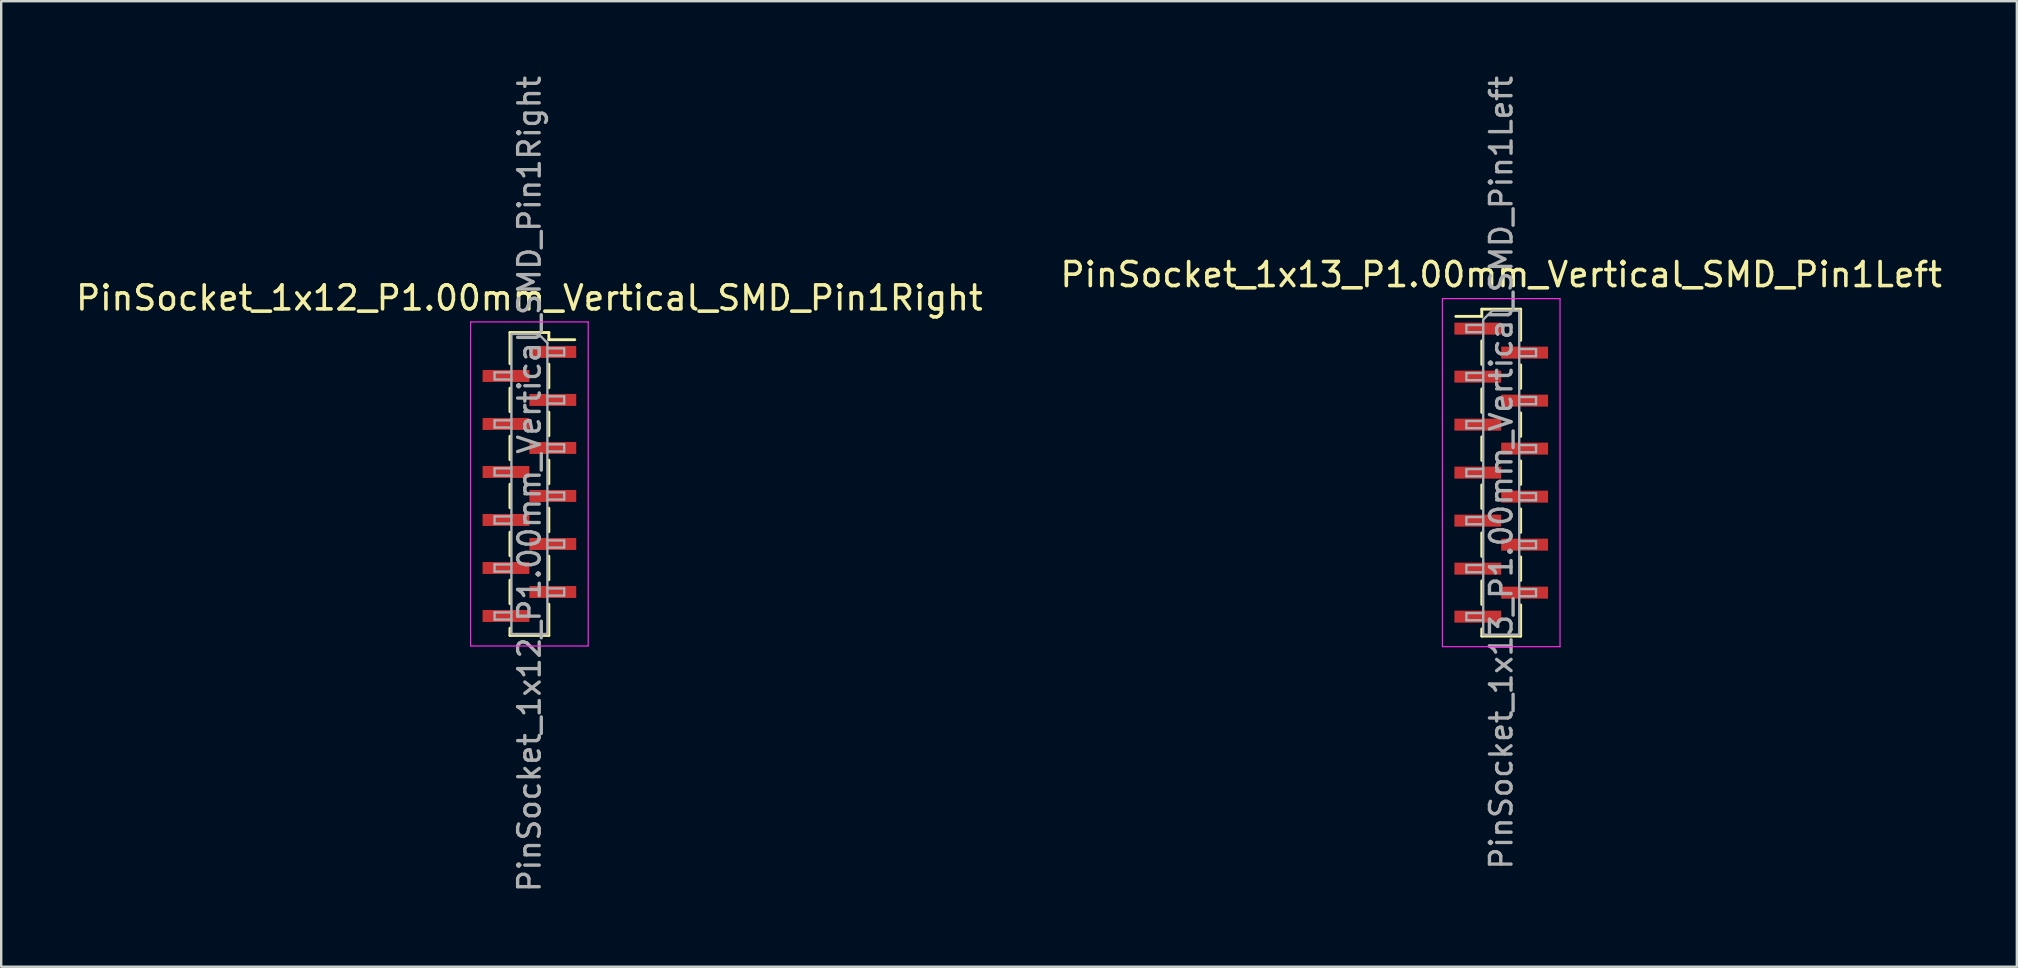
<source format=kicad_pcb>
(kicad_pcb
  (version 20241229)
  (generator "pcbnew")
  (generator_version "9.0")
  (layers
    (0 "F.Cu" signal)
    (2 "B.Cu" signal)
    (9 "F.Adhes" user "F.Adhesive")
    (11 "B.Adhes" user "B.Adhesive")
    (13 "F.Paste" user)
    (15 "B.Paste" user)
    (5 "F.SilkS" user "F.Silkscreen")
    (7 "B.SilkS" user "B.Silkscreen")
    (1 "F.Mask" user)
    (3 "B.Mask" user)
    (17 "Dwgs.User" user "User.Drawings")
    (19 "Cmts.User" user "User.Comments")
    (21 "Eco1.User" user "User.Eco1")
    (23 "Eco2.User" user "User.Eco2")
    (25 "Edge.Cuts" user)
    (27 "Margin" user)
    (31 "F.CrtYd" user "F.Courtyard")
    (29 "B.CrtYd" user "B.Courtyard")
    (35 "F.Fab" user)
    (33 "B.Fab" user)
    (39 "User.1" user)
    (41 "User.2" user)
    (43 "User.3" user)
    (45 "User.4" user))
  (footprint "PinSocket_1x13_P1.00mm_Vertical_SMD_Pin1Left"
    (layer "F.Cu")
    (at 59.494 16.641)
    (property "Reference" "PinSocket_1x13_P1.00mm_Vertical_SMD_Pin1Left" (at 0 -8.25 0) (layer "F.SilkS") (effects (font (size 1 1) (thickness 0.15))))
    (attr smd)
    (fp_line (start -1.89 -6.51) (end -0.81 -6.51) (stroke (width 0.12) (type solid)) (layer "F.SilkS"))
    (fp_line (start -0.81 -6.81) (end -0.81 -6.51) (stroke (width 0.12) (type solid)) (layer "F.SilkS"))
    (fp_line (start -0.81 -6.81) (end 0.81 -6.81) (stroke (width 0.12) (type solid)) (layer "F.SilkS"))
    (fp_line (start -0.81 -5.49) (end -0.81 -4.51) (stroke (width 0.12) (type solid)) (layer "F.SilkS"))
    (fp_line (start -0.81 -3.49) (end -0.81 -2.51) (stroke (width 0.12) (type solid)) (layer "F.SilkS"))
    (fp_line (start -0.81 -1.49) (end -0.81 -0.51) (stroke (width 0.12) (type solid)) (layer "F.SilkS"))
    (fp_line (start -0.81 0.51) (end -0.81 1.49) (stroke (width 0.12) (type solid)) (layer "F.SilkS"))
    (fp_line (start -0.81 2.51) (end -0.81 3.49) (stroke (width 0.12) (type solid)) (layer "F.SilkS"))
    (fp_line (start -0.81 4.51) (end -0.81 5.49) (stroke (width 0.12) (type solid)) (layer "F.SilkS"))
    (fp_line (start -0.81 6.51) (end -0.81 6.81) (stroke (width 0.12) (type solid)) (layer "F.SilkS"))
    (fp_line (start -0.81 6.81) (end 0.81 6.81) (stroke (width 0.12) (type solid)) (layer "F.SilkS"))
    (fp_line (start 0.81 -6.81) (end 0.81 -5.51) (stroke (width 0.12) (type solid)) (layer "F.SilkS"))
    (fp_line (start 0.81 -4.49) (end 0.81 -3.51) (stroke (width 0.12) (type solid)) (layer "F.SilkS"))
    (fp_line (start 0.81 -2.49) (end 0.81 -1.51) (stroke (width 0.12) (type solid)) (layer "F.SilkS"))
    (fp_line (start 0.81 -0.49) (end 0.81 0.49) (stroke (width 0.12) (type solid)) (layer "F.SilkS"))
    (fp_line (start 0.81 1.51) (end 0.81 2.49) (stroke (width 0.12) (type solid)) (layer "F.SilkS"))
    (fp_line (start 0.81 3.51) (end 0.81 4.49) (stroke (width 0.12) (type solid)) (layer "F.SilkS"))
    (fp_line (start 0.81 5.51) (end 0.81 6.81) (stroke (width 0.12) (type solid)) (layer "F.SilkS"))
    (fp_line (start -2.45 -7.25) (end 2.45 -7.25) (stroke (width 0.05) (type solid)) (layer "F.CrtYd"))
    (fp_line (start -2.45 7.25) (end -2.45 -7.25) (stroke (width 0.05) (type solid)) (layer "F.CrtYd"))
    (fp_line (start 2.45 -7.25) (end 2.45 7.25) (stroke (width 0.05) (type solid)) (layer "F.CrtYd"))
    (fp_line (start 2.45 7.25) (end -2.45 7.25) (stroke (width 0.05) (type solid)) (layer "F.CrtYd"))
    (fp_line (start -1.45 -6.15) (end -0.75 -6.15) (stroke (width 0.1) (type solid)) (layer "F.Fab"))
    (fp_line (start -1.45 -5.85) (end -1.45 -6.15) (stroke (width 0.1) (type solid)) (layer "F.Fab"))
    (fp_line (start -1.45 -4.15) (end -0.75 -4.15) (stroke (width 0.1) (type solid)) (layer "F.Fab"))
    (fp_line (start -1.45 -3.85) (end -1.45 -4.15) (stroke (width 0.1) (type solid)) (layer "F.Fab"))
    (fp_line (start -1.45 -2.15) (end -0.75 -2.15) (stroke (width 0.1) (type solid)) (layer "F.Fab"))
    (fp_line (start -1.45 -1.85) (end -1.45 -2.15) (stroke (width 0.1) (type solid)) (layer "F.Fab"))
    (fp_line (start -1.45 -0.15) (end -0.75 -0.15) (stroke (width 0.1) (type solid)) (layer "F.Fab"))
    (fp_line (start -1.45 0.15) (end -1.45 -0.15) (stroke (width 0.1) (type solid)) (layer "F.Fab"))
    (fp_line (start -1.45 1.85) (end -0.75 1.85) (stroke (width 0.1) (type solid)) (layer "F.Fab"))
    (fp_line (start -1.45 2.15) (end -1.45 1.85) (stroke (width 0.1) (type solid)) (layer "F.Fab"))
    (fp_line (start -1.45 3.85) (end -0.75 3.85) (stroke (width 0.1) (type solid)) (layer "F.Fab"))
    (fp_line (start -1.45 4.15) (end -1.45 3.85) (stroke (width 0.1) (type solid)) (layer "F.Fab"))
    (fp_line (start -1.45 5.85) (end -0.75 5.85) (stroke (width 0.1) (type solid)) (layer "F.Fab"))
    (fp_line (start -1.45 6.15) (end -1.45 5.85) (stroke (width 0.1) (type solid)) (layer "F.Fab"))
    (fp_line (start -0.75 -6.375) (end -0.375 -6.75) (stroke (width 0.1) (type solid)) (layer "F.Fab"))
    (fp_line (start -0.75 -5.85) (end -1.45 -5.85) (stroke (width 0.1) (type solid)) (layer "F.Fab"))
    (fp_line (start -0.75 -3.85) (end -1.45 -3.85) (stroke (width 0.1) (type solid)) (layer "F.Fab"))
    (fp_line (start -0.75 -1.85) (end -1.45 -1.85) (stroke (width 0.1) (type solid)) (layer "F.Fab"))
    (fp_line (start -0.75 0.15) (end -1.45 0.15) (stroke (width 0.1) (type solid)) (layer "F.Fab"))
    (fp_line (start -0.75 2.15) (end -1.45 2.15) (stroke (width 0.1) (type solid)) (layer "F.Fab"))
    (fp_line (start -0.75 4.15) (end -1.45 4.15) (stroke (width 0.1) (type solid)) (layer "F.Fab"))
    (fp_line (start -0.75 6.15) (end -1.45 6.15) (stroke (width 0.1) (type solid)) (layer "F.Fab"))
    (fp_line (start -0.75 6.75) (end -0.75 -6.375) (stroke (width 0.1) (type solid)) (layer "F.Fab"))
    (fp_line (start -0.375 -6.75) (end 0.75 -6.75) (stroke (width 0.1) (type solid)) (layer "F.Fab"))
    (fp_line (start 0.75 -6.75) (end 0.75 6.75) (stroke (width 0.1) (type solid)) (layer "F.Fab"))
    (fp_line (start 0.75 -5.15) (end 1.45 -5.15) (stroke (width 0.1) (type solid)) (layer "F.Fab"))
    (fp_line (start 0.75 -3.15) (end 1.45 -3.15) (stroke (width 0.1) (type solid)) (layer "F.Fab"))
    (fp_line (start 0.75 -1.15) (end 1.45 -1.15) (stroke (width 0.1) (type solid)) (layer "F.Fab"))
    (fp_line (start 0.75 0.85) (end 1.45 0.85) (stroke (width 0.1) (type solid)) (layer "F.Fab"))
    (fp_line (start 0.75 2.85) (end 1.45 2.85) (stroke (width 0.1) (type solid)) (layer "F.Fab"))
    (fp_line (start 0.75 4.85) (end 1.45 4.85) (stroke (width 0.1) (type solid)) (layer "F.Fab"))
    (fp_line (start 0.75 6.75) (end -0.75 6.75) (stroke (width 0.1) (type solid)) (layer "F.Fab"))
    (fp_line (start 1.45 -5.15) (end 1.45 -4.85) (stroke (width 0.1) (type solid)) (layer "F.Fab"))
    (fp_line (start 1.45 -4.85) (end 0.75 -4.85) (stroke (width 0.1) (type solid)) (layer "F.Fab"))
    (fp_line (start 1.45 -3.15) (end 1.45 -2.85) (stroke (width 0.1) (type solid)) (layer "F.Fab"))
    (fp_line (start 1.45 -2.85) (end 0.75 -2.85) (stroke (width 0.1) (type solid)) (layer "F.Fab"))
    (fp_line (start 1.45 -1.15) (end 1.45 -0.85) (stroke (width 0.1) (type solid)) (layer "F.Fab"))
    (fp_line (start 1.45 -0.85) (end 0.75 -0.85) (stroke (width 0.1) (type solid)) (layer "F.Fab"))
    (fp_line (start 1.45 0.85) (end 1.45 1.15) (stroke (width 0.1) (type solid)) (layer "F.Fab"))
    (fp_line (start 1.45 1.15) (end 0.75 1.15) (stroke (width 0.1) (type solid)) (layer "F.Fab"))
    (fp_line (start 1.45 2.85) (end 1.45 3.15) (stroke (width 0.1) (type solid)) (layer "F.Fab"))
    (fp_line (start 1.45 3.15) (end 0.75 3.15) (stroke (width 0.1) (type solid)) (layer "F.Fab"))
    (fp_line (start 1.45 4.85) (end 1.45 5.15) (stroke (width 0.1) (type solid)) (layer "F.Fab"))
    (fp_line (start 1.45 5.15) (end 0.75 5.15) (stroke (width 0.1) (type solid)) (layer "F.Fab"))
    (fp_text user "${REFERENCE}" (at 0 0 90) (layer "F.Fab") (effects (font (size 0.9 0.9) (thickness 0.14))))
    (pad "1" smd rect (at -0.975 -6) (size 1.95 0.5) (layers "F.Cu" "F.Mask" "F.Paste"))
    (pad "2" smd rect (at 0.975 -5) (size 1.95 0.5) (layers "F.Cu" "F.Mask" "F.Paste"))
    (pad "3" smd rect (at -0.975 -4) (size 1.95 0.5) (layers "F.Cu" "F.Mask" "F.Paste"))
    (pad "4" smd rect (at 0.975 -3) (size 1.95 0.5) (layers "F.Cu" "F.Mask" "F.Paste"))
    (pad "5" smd rect (at -0.975 -2) (size 1.95 0.5) (layers "F.Cu" "F.Mask" "F.Paste"))
    (pad "6" smd rect (at 0.975 -1) (size 1.95 0.5) (layers "F.Cu" "F.Mask" "F.Paste"))
    (pad "7" smd rect (at -0.975 0) (size 1.95 0.5) (layers "F.Cu" "F.Mask" "F.Paste"))
    (pad "8" smd rect (at 0.975 1) (size 1.95 0.5) (layers "F.Cu" "F.Mask" "F.Paste"))
    (pad "9" smd rect (at -0.975 2) (size 1.95 0.5) (layers "F.Cu" "F.Mask" "F.Paste"))
    (pad "10" smd rect (at 0.975 3) (size 1.95 0.5) (layers "F.Cu" "F.Mask" "F.Paste"))
    (pad "11" smd rect (at -0.975 4) (size 1.95 0.5) (layers "F.Cu" "F.Mask" "F.Paste"))
    (pad "12" smd rect (at 0.975 5) (size 1.95 0.5) (layers "F.Cu" "F.Mask" "F.Paste"))
    (pad "13" smd rect (at -0.975 6) (size 1.95 0.5) (layers "F.Cu" "F.Mask" "F.Paste")))
  (footprint "PinSocket_1x12_P1.00mm_Vertical_SMD_Pin1Right"
    (layer "F.Cu")
    (at 19.006 17.113)
    (property "Reference" "PinSocket_1x12_P1.00mm_Vertical_SMD_Pin1Right" (at 0 -7.75 0) (layer "F.SilkS") (effects (font (size 1 1) (thickness 0.15))))
    (attr smd)
    (fp_line (start -0.81 -6.31) (end -0.81 -5.01) (stroke (width 0.12) (type solid)) (layer "F.SilkS"))
    (fp_line (start -0.81 -6.31) (end 0.81 -6.31) (stroke (width 0.12) (type solid)) (layer "F.SilkS"))
    (fp_line (start -0.81 -3.99) (end -0.81 -3.01) (stroke (width 0.12) (type solid)) (layer "F.SilkS"))
    (fp_line (start -0.81 -1.99) (end -0.81 -1.01) (stroke (width 0.12) (type solid)) (layer "F.SilkS"))
    (fp_line (start -0.81 0.01) (end -0.81 0.99) (stroke (width 0.12) (type solid)) (layer "F.SilkS"))
    (fp_line (start -0.81 2.01) (end -0.81 2.99) (stroke (width 0.12) (type solid)) (layer "F.SilkS"))
    (fp_line (start -0.81 4.01) (end -0.81 4.99) (stroke (width 0.12) (type solid)) (layer "F.SilkS"))
    (fp_line (start -0.81 6.01) (end -0.81 6.31) (stroke (width 0.12) (type solid)) (layer "F.SilkS"))
    (fp_line (start -0.81 6.31) (end 0.81 6.31) (stroke (width 0.12) (type solid)) (layer "F.SilkS"))
    (fp_line (start 0.81 -6.31) (end 0.81 -6.01) (stroke (width 0.12) (type solid)) (layer "F.SilkS"))
    (fp_line (start 0.81 -6.01) (end 1.89 -6.01) (stroke (width 0.12) (type solid)) (layer "F.SilkS"))
    (fp_line (start 0.81 -4.99) (end 0.81 -4.01) (stroke (width 0.12) (type solid)) (layer "F.SilkS"))
    (fp_line (start 0.81 -2.99) (end 0.81 -2.01) (stroke (width 0.12) (type solid)) (layer "F.SilkS"))
    (fp_line (start 0.81 -0.99) (end 0.81 -0.01) (stroke (width 0.12) (type solid)) (layer "F.SilkS"))
    (fp_line (start 0.81 1.01) (end 0.81 1.99) (stroke (width 0.12) (type solid)) (layer "F.SilkS"))
    (fp_line (start 0.81 3.01) (end 0.81 3.99) (stroke (width 0.12) (type solid)) (layer "F.SilkS"))
    (fp_line (start 0.81 5.01) (end 0.81 6.31) (stroke (width 0.12) (type solid)) (layer "F.SilkS"))
    (fp_line (start -2.45 -6.75) (end 2.45 -6.75) (stroke (width 0.05) (type solid)) (layer "F.CrtYd"))
    (fp_line (start -2.45 6.75) (end -2.45 -6.75) (stroke (width 0.05) (type solid)) (layer "F.CrtYd"))
    (fp_line (start 2.45 -6.75) (end 2.45 6.75) (stroke (width 0.05) (type solid)) (layer "F.CrtYd"))
    (fp_line (start 2.45 6.75) (end -2.45 6.75) (stroke (width 0.05) (type solid)) (layer "F.CrtYd"))
    (fp_line (start -1.45 -4.65) (end -0.75 -4.65) (stroke (width 0.1) (type solid)) (layer "F.Fab"))
    (fp_line (start -1.45 -4.35) (end -1.45 -4.65) (stroke (width 0.1) (type solid)) (layer "F.Fab"))
    (fp_line (start -1.45 -2.65) (end -0.75 -2.65) (stroke (width 0.1) (type solid)) (layer "F.Fab"))
    (fp_line (start -1.45 -2.35) (end -1.45 -2.65) (stroke (width 0.1) (type solid)) (layer "F.Fab"))
    (fp_line (start -1.45 -0.65) (end -0.75 -0.65) (stroke (width 0.1) (type solid)) (layer "F.Fab"))
    (fp_line (start -1.45 -0.35) (end -1.45 -0.65) (stroke (width 0.1) (type solid)) (layer "F.Fab"))
    (fp_line (start -1.45 1.35) (end -0.75 1.35) (stroke (width 0.1) (type solid)) (layer "F.Fab"))
    (fp_line (start -1.45 1.65) (end -1.45 1.35) (stroke (width 0.1) (type solid)) (layer "F.Fab"))
    (fp_line (start -1.45 3.35) (end -0.75 3.35) (stroke (width 0.1) (type solid)) (layer "F.Fab"))
    (fp_line (start -1.45 3.65) (end -1.45 3.35) (stroke (width 0.1) (type solid)) (layer "F.Fab"))
    (fp_line (start -1.45 5.35) (end -0.75 5.35) (stroke (width 0.1) (type solid)) (layer "F.Fab"))
    (fp_line (start -1.45 5.65) (end -1.45 5.35) (stroke (width 0.1) (type solid)) (layer "F.Fab"))
    (fp_line (start -0.75 -6.25) (end 0.375 -6.25) (stroke (width 0.1) (type solid)) (layer "F.Fab"))
    (fp_line (start -0.75 -4.35) (end -1.45 -4.35) (stroke (width 0.1) (type solid)) (layer "F.Fab"))
    (fp_line (start -0.75 -2.35) (end -1.45 -2.35) (stroke (width 0.1) (type solid)) (layer "F.Fab"))
    (fp_line (start -0.75 -0.35) (end -1.45 -0.35) (stroke (width 0.1) (type solid)) (layer "F.Fab"))
    (fp_line (start -0.75 1.65) (end -1.45 1.65) (stroke (width 0.1) (type solid)) (layer "F.Fab"))
    (fp_line (start -0.75 3.65) (end -1.45 3.65) (stroke (width 0.1) (type solid)) (layer "F.Fab"))
    (fp_line (start -0.75 5.65) (end -1.45 5.65) (stroke (width 0.1) (type solid)) (layer "F.Fab"))
    (fp_line (start -0.75 6.25) (end -0.75 -6.25) (stroke (width 0.1) (type solid)) (layer "F.Fab"))
    (fp_line (start 0.375 -6.25) (end 0.75 -5.875) (stroke (width 0.1) (type solid)) (layer "F.Fab"))
    (fp_line (start 0.75 -5.875) (end 0.75 6.25) (stroke (width 0.1) (type solid)) (layer "F.Fab"))
    (fp_line (start 0.75 -5.65) (end 1.45 -5.65) (stroke (width 0.1) (type solid)) (layer "F.Fab"))
    (fp_line (start 0.75 -3.65) (end 1.45 -3.65) (stroke (width 0.1) (type solid)) (layer "F.Fab"))
    (fp_line (start 0.75 -1.65) (end 1.45 -1.65) (stroke (width 0.1) (type solid)) (layer "F.Fab"))
    (fp_line (start 0.75 0.35) (end 1.45 0.35) (stroke (width 0.1) (type solid)) (layer "F.Fab"))
    (fp_line (start 0.75 2.35) (end 1.45 2.35) (stroke (width 0.1) (type solid)) (layer "F.Fab"))
    (fp_line (start 0.75 4.35) (end 1.45 4.35) (stroke (width 0.1) (type solid)) (layer "F.Fab"))
    (fp_line (start 0.75 6.25) (end -0.75 6.25) (stroke (width 0.1) (type solid)) (layer "F.Fab"))
    (fp_line (start 1.45 -5.65) (end 1.45 -5.35) (stroke (width 0.1) (type solid)) (layer "F.Fab"))
    (fp_line (start 1.45 -5.35) (end 0.75 -5.35) (stroke (width 0.1) (type solid)) (layer "F.Fab"))
    (fp_line (start 1.45 -3.65) (end 1.45 -3.35) (stroke (width 0.1) (type solid)) (layer "F.Fab"))
    (fp_line (start 1.45 -3.35) (end 0.75 -3.35) (stroke (width 0.1) (type solid)) (layer "F.Fab"))
    (fp_line (start 1.45 -1.65) (end 1.45 -1.35) (stroke (width 0.1) (type solid)) (layer "F.Fab"))
    (fp_line (start 1.45 -1.35) (end 0.75 -1.35) (stroke (width 0.1) (type solid)) (layer "F.Fab"))
    (fp_line (start 1.45 0.35) (end 1.45 0.65) (stroke (width 0.1) (type solid)) (layer "F.Fab"))
    (fp_line (start 1.45 0.65) (end 0.75 0.65) (stroke (width 0.1) (type solid)) (layer "F.Fab"))
    (fp_line (start 1.45 2.35) (end 1.45 2.65) (stroke (width 0.1) (type solid)) (layer "F.Fab"))
    (fp_line (start 1.45 2.65) (end 0.75 2.65) (stroke (width 0.1) (type solid)) (layer "F.Fab"))
    (fp_line (start 1.45 4.35) (end 1.45 4.65) (stroke (width 0.1) (type solid)) (layer "F.Fab"))
    (fp_line (start 1.45 4.65) (end 0.75 4.65) (stroke (width 0.1) (type solid)) (layer "F.Fab"))
    (fp_text user "${REFERENCE}" (at 0 0 90) (layer "F.Fab") (effects (font (size 0.9 0.9) (thickness 0.14))))
    (pad "1" smd rect (at 0.975 -5.5) (size 1.95 0.5) (layers "F.Cu" "F.Mask" "F.Paste"))
    (pad "2" smd rect (at -0.975 -4.5) (size 1.95 0.5) (layers "F.Cu" "F.Mask" "F.Paste"))
    (pad "3" smd rect (at 0.975 -3.5) (size 1.95 0.5) (layers "F.Cu" "F.Mask" "F.Paste"))
    (pad "4" smd rect (at -0.975 -2.5) (size 1.95 0.5) (layers "F.Cu" "F.Mask" "F.Paste"))
    (pad "5" smd rect (at 0.975 -1.5) (size 1.95 0.5) (layers "F.Cu" "F.Mask" "F.Paste"))
    (pad "6" smd rect (at -0.975 -0.5) (size 1.95 0.5) (layers "F.Cu" "F.Mask" "F.Paste"))
    (pad "7" smd rect (at 0.975 0.5) (size 1.95 0.5) (layers "F.Cu" "F.Mask" "F.Paste"))
    (pad "8" smd rect (at -0.975 1.5) (size 1.95 0.5) (layers "F.Cu" "F.Mask" "F.Paste"))
    (pad "9" smd rect (at 0.975 2.5) (size 1.95 0.5) (layers "F.Cu" "F.Mask" "F.Paste"))
    (pad "10" smd rect (at -0.975 3.5) (size 1.95 0.5) (layers "F.Cu" "F.Mask" "F.Paste"))
    (pad "11" smd rect (at 0.975 4.5) (size 1.95 0.5) (layers "F.Cu" "F.Mask" "F.Paste"))
    (pad "12" smd rect (at -0.975 5.5) (size 1.95 0.5) (layers "F.Cu" "F.Mask" "F.Paste")))
  (gr_rect
    (start -3 -3)
    (end 80.976 37.226)
    (stroke (width 0.1) (type default))
    (fill no)
    (layer "Edge.Cuts")))
</source>
